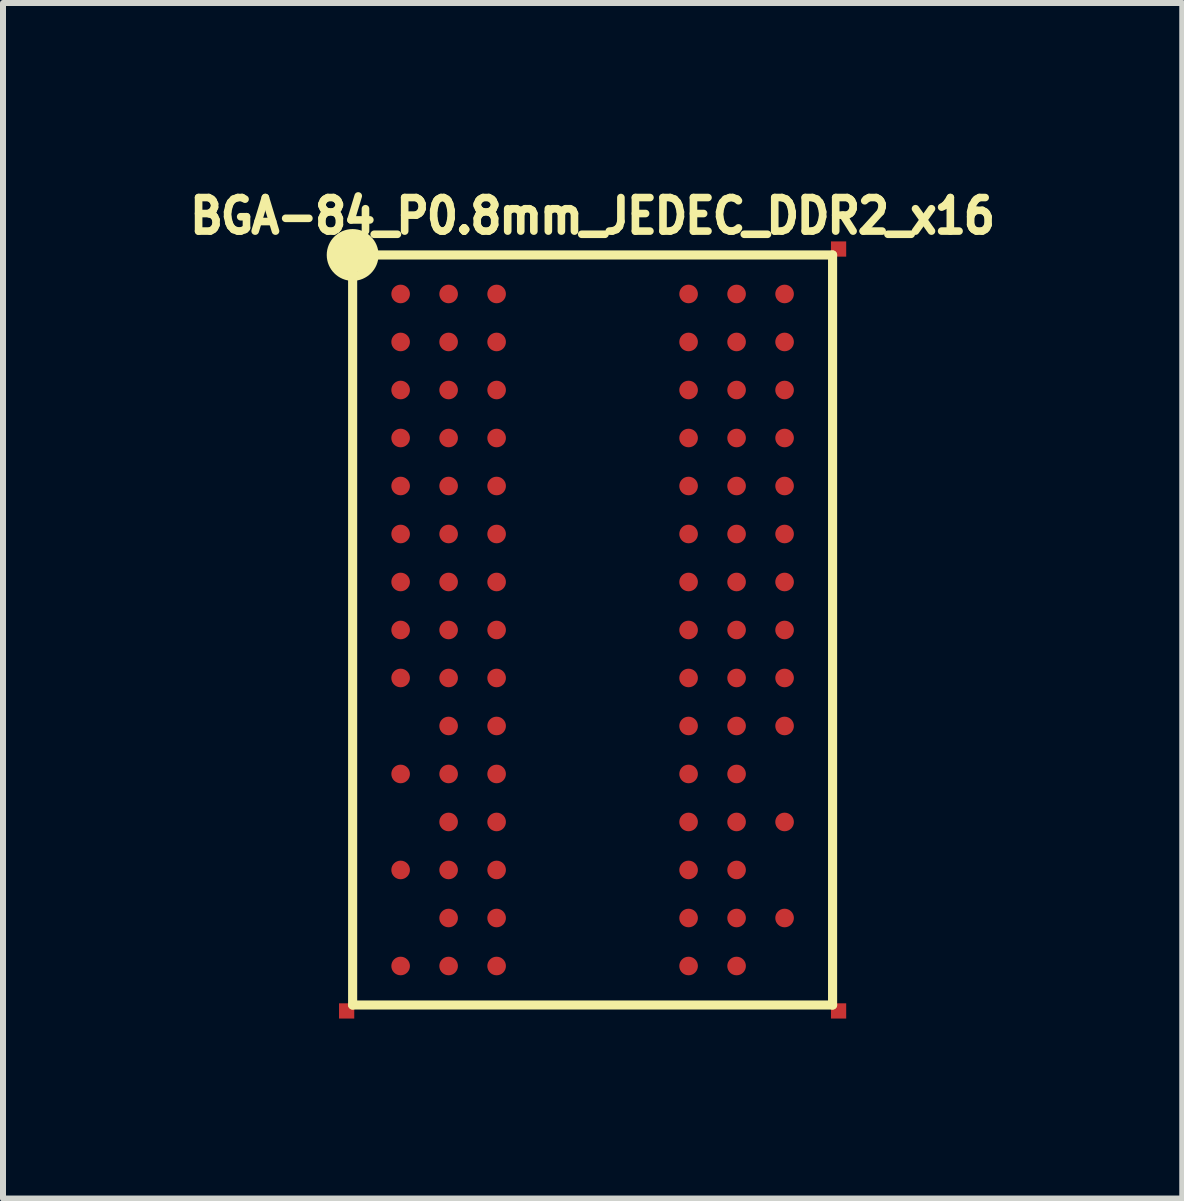
<source format=kicad_pcb>
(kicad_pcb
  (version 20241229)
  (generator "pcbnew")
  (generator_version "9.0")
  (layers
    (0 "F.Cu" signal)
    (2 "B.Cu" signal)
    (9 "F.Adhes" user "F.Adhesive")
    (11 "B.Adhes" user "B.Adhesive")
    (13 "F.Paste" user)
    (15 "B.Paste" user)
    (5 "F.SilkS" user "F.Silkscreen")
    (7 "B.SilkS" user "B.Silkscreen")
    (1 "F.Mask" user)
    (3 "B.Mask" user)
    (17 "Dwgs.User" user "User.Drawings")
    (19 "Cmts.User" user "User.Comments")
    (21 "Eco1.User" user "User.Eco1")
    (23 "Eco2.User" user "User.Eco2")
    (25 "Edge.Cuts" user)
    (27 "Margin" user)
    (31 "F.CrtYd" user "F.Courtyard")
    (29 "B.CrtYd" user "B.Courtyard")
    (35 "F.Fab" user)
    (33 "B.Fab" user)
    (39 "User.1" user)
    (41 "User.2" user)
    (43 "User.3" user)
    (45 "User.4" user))
  (footprint "BGA-84_P0.8mm_JEDEC_DDR2_x16"
    (layer "F.Cu")
    (at 6.828 7.451)
    (property "Reference" "BGA-84_P0.8mm_JEDEC_DDR2_x16" (at 0 -6.901 0) (layer "F.SilkS") (effects (font (size 0.559 0.508) (thickness 0.127))))
    (attr smd)
    (fp_line (start -4.3 -6.299) (end -4.3 -6.2) (stroke (width 0.152) (type solid)) (layer "F.SilkS"))
    (fp_line (start -4.201 -6.5) (end -4.201 -5.999) (stroke (width 0.152) (type solid)) (layer "F.SilkS"))
    (fp_line (start -4.15 -6.5) (end -3.95 -6.5) (stroke (width 0.152) (type solid)) (layer "F.SilkS"))
    (fp_line (start -4.1 -6.449) (end -3.749 -6.449) (stroke (width 0.152) (type solid)) (layer "F.SilkS"))
    (fp_line (start -4.1 -6.35) (end -4.1 -5.951) (stroke (width 0.152) (type solid)) (layer "F.SilkS"))
    (fp_line (start -4.049 -6.35) (end -3.749 -6.35) (stroke (width 0.152) (type solid)) (layer "F.SilkS"))
    (fp_line (start -4 -6.251) (end 4 -6.251) (stroke (width 0.152) (type solid)) (layer "F.SilkS"))
    (fp_line (start -4 -6.149) (end -3.749 -6.149) (stroke (width 0.152) (type solid)) (layer "F.SilkS"))
    (fp_line (start -4 6.251) (end -4 -6.251) (stroke (width 0.152) (type solid)) (layer "F.SilkS"))
    (fp_line (start -3.95 -6.05) (end -3.8 -6.05) (stroke (width 0.152) (type solid)) (layer "F.SilkS"))
    (fp_line (start 4 -6.251) (end 4 6.251) (stroke (width 0.152) (type solid)) (layer "F.SilkS"))
    (fp_line (start 4 6.251) (end -4 6.251) (stroke (width 0.152) (type solid)) (layer "F.SilkS"))
    (fp_circle (center -4 -6.251) (end -3.749 -5.999) (stroke (width 0.152) (type solid)) (fill no) (layer "F.SilkS"))
    (pad "0" smd rect (at -4.1 6.35) (size 0.254 0.254) (layers "F.Cu" "F.Mask"))
    (pad "0" smd rect (at 4.1 -6.35) (size 0.254 0.254) (layers "F.Cu" "F.Mask"))
    (pad "0" smd rect (at 4.1 6.35) (size 0.254 0.254) (layers "F.Cu" "F.Mask"))
    (pad "A1" smd circle (at -3.2 -5.601) (size 0.31 0.31) (layers "F.Cu" "F.Mask" "F.Paste"))
    (pad "A2" smd circle (at -2.4 -5.601) (size 0.31 0.31) (layers "F.Cu" "F.Mask" "F.Paste"))
    (pad "A3" smd circle (at -1.6 -5.601) (size 0.31 0.31) (layers "F.Cu" "F.Mask" "F.Paste"))
    (pad "A7" smd circle (at 1.6 -5.601) (size 0.31 0.31) (layers "F.Cu" "F.Mask" "F.Paste"))
    (pad "A8" smd circle (at 2.4 -5.601) (size 0.31 0.31) (layers "F.Cu" "F.Mask" "F.Paste"))
    (pad "A9" smd circle (at 3.2 -5.601) (size 0.31 0.31) (layers "F.Cu" "F.Mask" "F.Paste"))
    (pad "B1" smd circle (at -3.2 -4.801) (size 0.31 0.31) (layers "F.Cu" "F.Mask" "F.Paste"))
    (pad "B2" smd circle (at -2.4 -4.801) (size 0.31 0.31) (layers "F.Cu" "F.Mask" "F.Paste"))
    (pad "B3" smd circle (at -1.6 -4.801) (size 0.31 0.31) (layers "F.Cu" "F.Mask" "F.Paste"))
    (pad "B7" smd circle (at 1.6 -4.801) (size 0.31 0.31) (layers "F.Cu" "F.Mask" "F.Paste"))
    (pad "B8" smd circle (at 2.4 -4.801) (size 0.31 0.31) (layers "F.Cu" "F.Mask" "F.Paste"))
    (pad "B9" smd circle (at 3.2 -4.801) (size 0.31 0.31) (layers "F.Cu" "F.Mask" "F.Paste"))
    (pad "C1" smd circle (at -3.2 -4) (size 0.31 0.31) (layers "F.Cu" "F.Mask" "F.Paste"))
    (pad "C2" smd circle (at -2.4 -4) (size 0.31 0.31) (layers "F.Cu" "F.Mask" "F.Paste"))
    (pad "C3" smd circle (at -1.6 -4) (size 0.31 0.31) (layers "F.Cu" "F.Mask" "F.Paste"))
    (pad "C7" smd circle (at 1.6 -4) (size 0.31 0.31) (layers "F.Cu" "F.Mask" "F.Paste"))
    (pad "C8" smd circle (at 2.4 -4) (size 0.31 0.31) (layers "F.Cu" "F.Mask" "F.Paste"))
    (pad "C9" smd circle (at 3.2 -4) (size 0.31 0.31) (layers "F.Cu" "F.Mask" "F.Paste"))
    (pad "D1" smd circle (at -3.2 -3.2) (size 0.31 0.31) (layers "F.Cu" "F.Mask" "F.Paste"))
    (pad "D2" smd circle (at -2.4 -3.2) (size 0.31 0.31) (layers "F.Cu" "F.Mask" "F.Paste"))
    (pad "D3" smd circle (at -1.6 -3.2) (size 0.31 0.31) (layers "F.Cu" "F.Mask" "F.Paste"))
    (pad "D7" smd circle (at 1.6 -3.2) (size 0.31 0.31) (layers "F.Cu" "F.Mask" "F.Paste"))
    (pad "D8" smd circle (at 2.4 -3.2) (size 0.31 0.31) (layers "F.Cu" "F.Mask" "F.Paste"))
    (pad "D9" smd circle (at 3.2 -3.2) (size 0.31 0.31) (layers "F.Cu" "F.Mask" "F.Paste"))
    (pad "E1" smd circle (at -3.2 -2.4) (size 0.31 0.31) (layers "F.Cu" "F.Mask" "F.Paste"))
    (pad "E2" smd circle (at -2.4 -2.4) (size 0.31 0.31) (layers "F.Cu" "F.Mask" "F.Paste"))
    (pad "E3" smd circle (at -1.6 -2.4) (size 0.31 0.31) (layers "F.Cu" "F.Mask" "F.Paste"))
    (pad "E7" smd circle (at 1.6 -2.4) (size 0.31 0.31) (layers "F.Cu" "F.Mask" "F.Paste"))
    (pad "E8" smd circle (at 2.4 -2.4) (size 0.31 0.31) (layers "F.Cu" "F.Mask" "F.Paste"))
    (pad "E9" smd circle (at 3.2 -2.4) (size 0.31 0.31) (layers "F.Cu" "F.Mask" "F.Paste"))
    (pad "F1" smd circle (at -3.2 -1.6) (size 0.31 0.31) (layers "F.Cu" "F.Mask" "F.Paste"))
    (pad "F2" smd circle (at -2.4 -1.6) (size 0.31 0.31) (layers "F.Cu" "F.Mask" "F.Paste"))
    (pad "F3" smd circle (at -1.6 -1.6) (size 0.31 0.31) (layers "F.Cu" "F.Mask" "F.Paste"))
    (pad "F7" smd circle (at 1.6 -1.6) (size 0.31 0.31) (layers "F.Cu" "F.Mask" "F.Paste"))
    (pad "F8" smd circle (at 2.4 -1.6) (size 0.31 0.31) (layers "F.Cu" "F.Mask" "F.Paste"))
    (pad "F9" smd circle (at 3.2 -1.6) (size 0.31 0.31) (layers "F.Cu" "F.Mask" "F.Paste"))
    (pad "G1" smd circle (at -3.2 -0.8) (size 0.31 0.31) (layers "F.Cu" "F.Mask" "F.Paste"))
    (pad "G2" smd circle (at -2.4 -0.8) (size 0.31 0.31) (layers "F.Cu" "F.Mask" "F.Paste"))
    (pad "G3" smd circle (at -1.6 -0.8) (size 0.31 0.31) (layers "F.Cu" "F.Mask" "F.Paste"))
    (pad "G7" smd circle (at 1.6 -0.8) (size 0.31 0.31) (layers "F.Cu" "F.Mask" "F.Paste"))
    (pad "G8" smd circle (at 2.4 -0.8) (size 0.31 0.31) (layers "F.Cu" "F.Mask" "F.Paste"))
    (pad "G9" smd circle (at 3.2 -0.8) (size 0.31 0.31) (layers "F.Cu" "F.Mask" "F.Paste"))
    (pad "H1" smd circle (at -3.2 0) (size 0.31 0.31) (layers "F.Cu" "F.Mask" "F.Paste"))
    (pad "H2" smd circle (at -2.4 0) (size 0.31 0.31) (layers "F.Cu" "F.Mask" "F.Paste"))
    (pad "H3" smd circle (at -1.6 0) (size 0.31 0.31) (layers "F.Cu" "F.Mask" "F.Paste"))
    (pad "H7" smd circle (at 1.6 0) (size 0.31 0.31) (layers "F.Cu" "F.Mask" "F.Paste"))
    (pad "H8" smd circle (at 2.4 0) (size 0.31 0.31) (layers "F.Cu" "F.Mask" "F.Paste"))
    (pad "H9" smd circle (at 3.2 0) (size 0.31 0.31) (layers "F.Cu" "F.Mask" "F.Paste"))
    (pad "J1" smd circle (at -3.2 0.8) (size 0.31 0.31) (layers "F.Cu" "F.Mask" "F.Paste"))
    (pad "J2" smd circle (at -2.4 0.8) (size 0.31 0.31) (layers "F.Cu" "F.Mask" "F.Paste"))
    (pad "J3" smd circle (at -1.6 0.8) (size 0.31 0.31) (layers "F.Cu" "F.Mask" "F.Paste"))
    (pad "J7" smd circle (at 1.6 0.8) (size 0.31 0.31) (layers "F.Cu" "F.Mask" "F.Paste"))
    (pad "J8" smd circle (at 2.4 0.8) (size 0.31 0.31) (layers "F.Cu" "F.Mask" "F.Paste"))
    (pad "J9" smd circle (at 3.2 0.8) (size 0.31 0.31) (layers "F.Cu" "F.Mask" "F.Paste"))
    (pad "K2" smd circle (at -2.4 1.6) (size 0.31 0.31) (layers "F.Cu" "F.Mask" "F.Paste"))
    (pad "K3" smd circle (at -1.6 1.6) (size 0.31 0.31) (layers "F.Cu" "F.Mask" "F.Paste"))
    (pad "K7" smd circle (at 1.6 1.6) (size 0.31 0.31) (layers "F.Cu" "F.Mask" "F.Paste"))
    (pad "K8" smd circle (at 2.4 1.6) (size 0.31 0.31) (layers "F.Cu" "F.Mask" "F.Paste"))
    (pad "K9" smd circle (at 3.2 1.6) (size 0.31 0.31) (layers "F.Cu" "F.Mask" "F.Paste"))
    (pad "L1" smd circle (at -3.2 2.4) (size 0.31 0.31) (layers "F.Cu" "F.Mask" "F.Paste"))
    (pad "L2" smd circle (at -2.4 2.4) (size 0.31 0.31) (layers "F.Cu" "F.Mask" "F.Paste"))
    (pad "L3" smd circle (at -1.6 2.4) (size 0.31 0.31) (layers "F.Cu" "F.Mask" "F.Paste"))
    (pad "L7" smd circle (at 1.6 2.4) (size 0.31 0.31) (layers "F.Cu" "F.Mask" "F.Paste"))
    (pad "L8" smd circle (at 2.4 2.4) (size 0.31 0.31) (layers "F.Cu" "F.Mask" "F.Paste"))
    (pad "M2" smd circle (at -2.4 3.2) (size 0.31 0.31) (layers "F.Cu" "F.Mask" "F.Paste"))
    (pad "M3" smd circle (at -1.6 3.2) (size 0.31 0.31) (layers "F.Cu" "F.Mask" "F.Paste"))
    (pad "M7" smd circle (at 1.6 3.2) (size 0.31 0.31) (layers "F.Cu" "F.Mask" "F.Paste"))
    (pad "M8" smd circle (at 2.4 3.2) (size 0.31 0.31) (layers "F.Cu" "F.Mask" "F.Paste"))
    (pad "M9" smd circle (at 3.2 3.2) (size 0.31 0.31) (layers "F.Cu" "F.Mask" "F.Paste"))
    (pad "N1" smd circle (at -3.2 4) (size 0.31 0.31) (layers "F.Cu" "F.Mask" "F.Paste"))
    (pad "N2" smd circle (at -2.4 4) (size 0.31 0.31) (layers "F.Cu" "F.Mask" "F.Paste"))
    (pad "N3" smd circle (at -1.6 4) (size 0.31 0.31) (layers "F.Cu" "F.Mask" "F.Paste"))
    (pad "N7" smd circle (at 1.6 4) (size 0.31 0.31) (layers "F.Cu" "F.Mask" "F.Paste"))
    (pad "N8" smd circle (at 2.4 4) (size 0.31 0.31) (layers "F.Cu" "F.Mask" "F.Paste"))
    (pad "P2" smd circle (at -2.4 4.801) (size 0.31 0.31) (layers "F.Cu" "F.Mask" "F.Paste"))
    (pad "P3" smd circle (at -1.6 4.801) (size 0.31 0.31) (layers "F.Cu" "F.Mask" "F.Paste"))
    (pad "P7" smd circle (at 1.6 4.801) (size 0.31 0.31) (layers "F.Cu" "F.Mask" "F.Paste"))
    (pad "P8" smd circle (at 2.4 4.801) (size 0.31 0.31) (layers "F.Cu" "F.Mask" "F.Paste"))
    (pad "P9" smd circle (at 3.2 4.801) (size 0.31 0.31) (layers "F.Cu" "F.Mask" "F.Paste"))
    (pad "R1" smd circle (at -3.2 5.601) (size 0.31 0.31) (layers "F.Cu" "F.Mask" "F.Paste"))
    (pad "R2" smd circle (at -2.4 5.601) (size 0.31 0.31) (layers "F.Cu" "F.Mask" "F.Paste"))
    (pad "R3" smd circle (at -1.6 5.601) (size 0.31 0.31) (layers "F.Cu" "F.Mask" "F.Paste"))
    (pad "R7" smd circle (at 1.6 5.601) (size 0.31 0.31) (layers "F.Cu" "F.Mask" "F.Paste"))
    (pad "R8" smd circle (at 2.4 5.601) (size 0.31 0.31) (layers "F.Cu" "F.Mask" "F.Paste")))
  (gr_rect
    (start -3 -3)
    (end 16.657 16.928)
    (stroke (width 0.1) (type default))
    (fill no)
    (layer "Edge.Cuts")))
</source>
